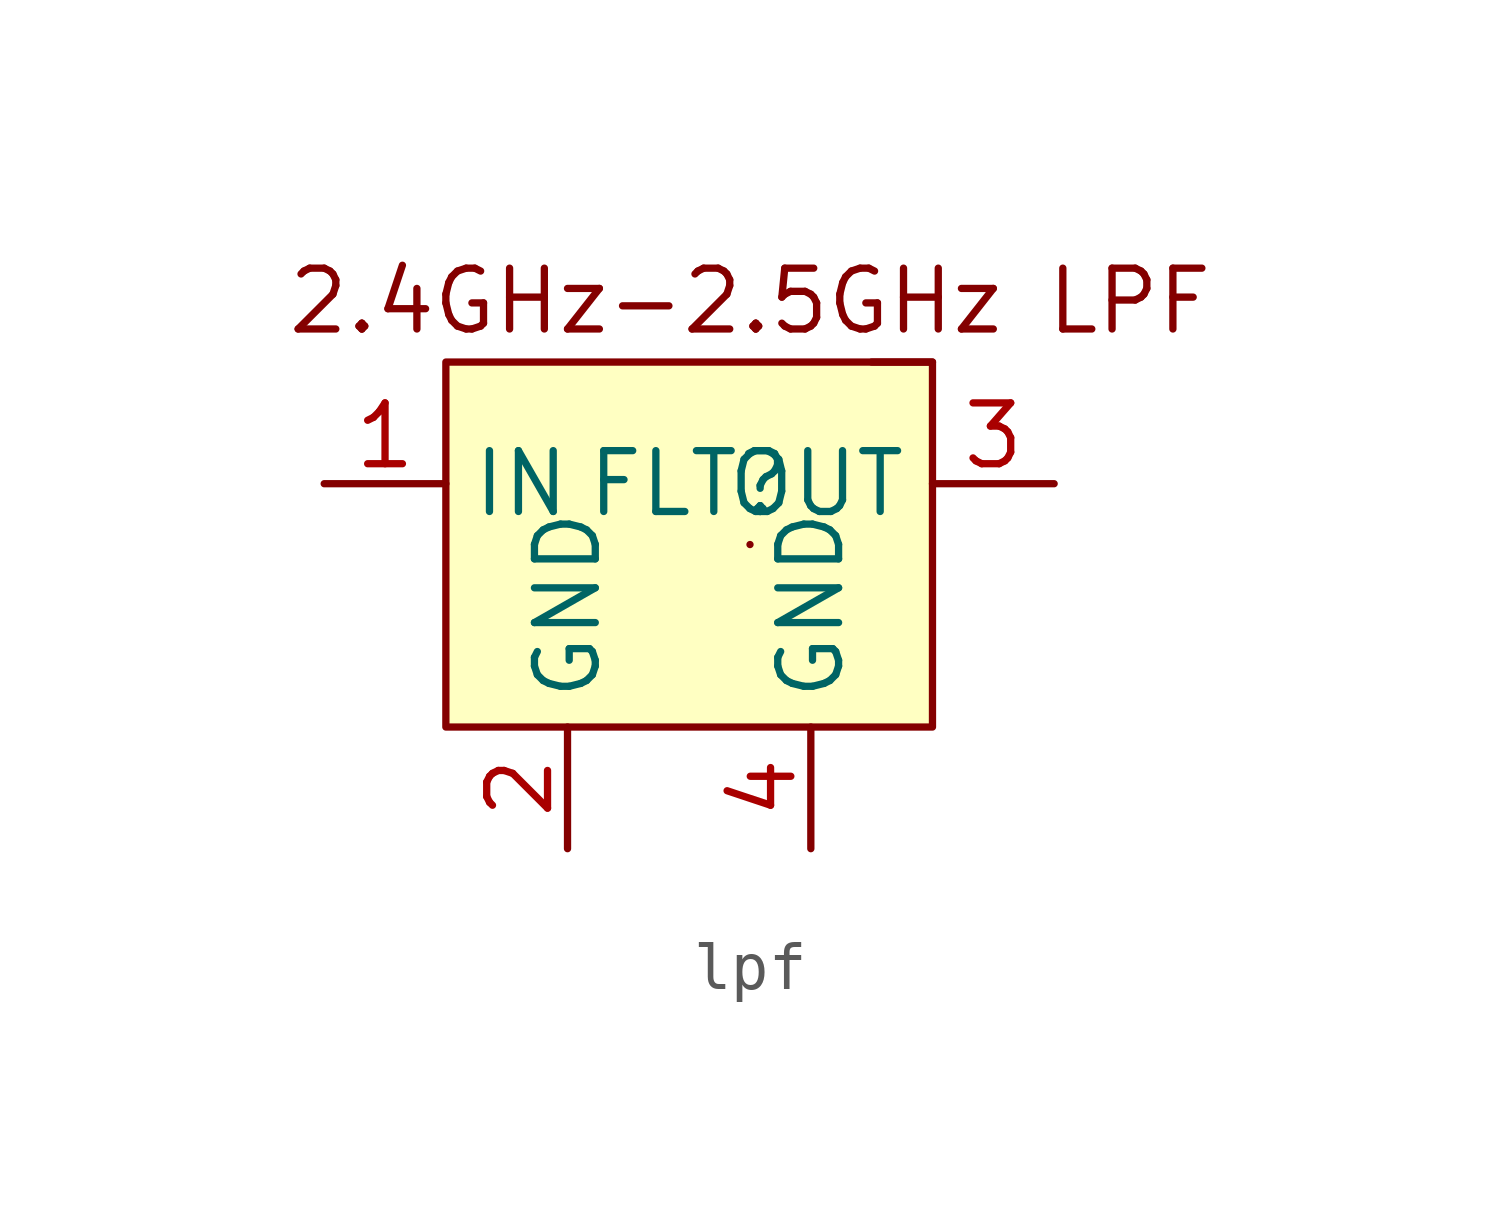
<source format=kicad_sym>
(kicad_symbol_lib
  (version 20220914)
  (generator kicad_symbol_editor)
  (symbol "lpf"
    (property "Reference" "FLT"
      (at 0 0 0)
      (effects (font (size 1.27 1.27))))
    (property "Value" ""
      (at 0 0 0)
      (effects (font (size 1.27 1.27))))
    (symbol "lpf_0_0"
      (pin passive line (at -7.62 0 0) (length 2.54) (name "IN" (effects (font (size 1.27 1.27)))) (number "1" (effects (font (size 1.27 1.27)))))
      (pin passive line (at -2.54 -7.62 90) (length 2.54) (name "GND" (effects (font (size 1.27 1.27)))) (number "2" (effects (font (size 1.27 1.27)))))
      (pin passive line (at 7.62 0 180) (length 2.54) (name "OUT" (effects (font (size 1.27 1.27)))) (number "3" (effects (font (size 1.27 1.27)))))
      (pin passive line (at 2.54 -7.62 90) (length 2.54) (name "GND" (effects (font (size 1.27 1.27)))) (number "4" (effects (font (size 1.27 1.27))))))
    (symbol "lpf_0_1"
      (rectangle (start 1.27 -1.27) (end 1.27 -1.27) (stroke (width 0) (type default)) (fill (type none)))
      (rectangle (start 3.81 2.54) (end 5.08 2.54) (stroke (width 0) (type default)) (fill (type none))))
    (symbol "lpf_1_1"
      (rectangle (start -5.08 2.54) (end 5.08 -5.08) (stroke (width 0) (type default)) (fill (type background)))
      (text "2.4GHz-2.5GHz LPF" (at 1.27 3.81 0) (effects (font (size 1.27 1.27)))))))
</source>
